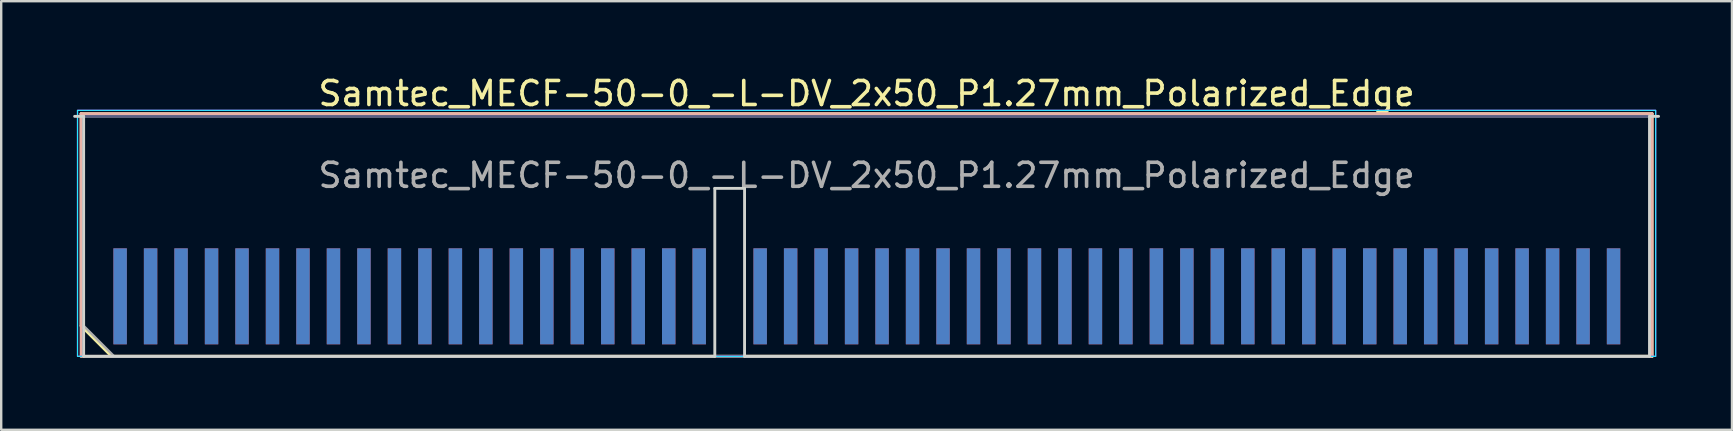
<source format=kicad_pcb>
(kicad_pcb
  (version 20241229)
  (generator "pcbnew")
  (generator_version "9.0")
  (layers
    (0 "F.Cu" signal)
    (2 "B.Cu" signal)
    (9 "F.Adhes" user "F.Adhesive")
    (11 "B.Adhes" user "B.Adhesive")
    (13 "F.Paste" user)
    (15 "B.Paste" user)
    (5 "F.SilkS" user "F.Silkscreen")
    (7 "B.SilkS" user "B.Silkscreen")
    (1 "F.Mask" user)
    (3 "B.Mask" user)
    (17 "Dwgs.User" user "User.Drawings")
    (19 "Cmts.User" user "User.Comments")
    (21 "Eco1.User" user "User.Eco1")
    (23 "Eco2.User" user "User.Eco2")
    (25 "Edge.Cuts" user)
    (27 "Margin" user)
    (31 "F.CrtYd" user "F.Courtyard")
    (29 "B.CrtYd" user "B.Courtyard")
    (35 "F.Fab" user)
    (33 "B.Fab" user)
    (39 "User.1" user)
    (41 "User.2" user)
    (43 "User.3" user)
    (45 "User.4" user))
  (footprint "Samtec_MECF-50-0_-L-DV_2x50_P1.27mm_Polarized_Edge"
    (layer "F.Cu")
    (at 33.06 6.798)
    (property "Reference" "Samtec_MECF-50-0_-L-DV_2x50_P1.27mm_Polarized_Edge" (at 0 -5.95 0) (layer "F.SilkS") (effects (font (size 1 1) (thickness 0.15))))
    (attr exclude_from_pos_files exclude_from_bom)
    (fp_line (start -32.73 -5.11) (end 32.73 -5.11) (stroke (width 0.12) (type solid)) (layer "F.SilkS"))
    (fp_line (start -32.73 3.73) (end -32.73 -5.11) (stroke (width 0.12) (type solid)) (layer "F.SilkS"))
    (fp_line (start -31.46 5) (end -32.73 3.73) (stroke (width 0.12) (type solid)) (layer "F.SilkS"))
    (fp_line (start -31.46 5) (end 32.73 5) (stroke (width 0.12) (type solid)) (layer "F.SilkS"))
    (fp_line (start 32.73 5) (end 32.73 -5.11) (stroke (width 0.12) (type solid)) (layer "F.SilkS"))
    (fp_line (start -32.73 -5.11) (end 32.73 -5.11) (stroke (width 0.12) (type solid)) (layer "B.SilkS"))
    (fp_line (start -32.73 5) (end -32.73 -5.11) (stroke (width 0.12) (type solid)) (layer "B.SilkS"))
    (fp_line (start -32.73 5) (end 32.73 5) (stroke (width 0.12) (type solid)) (layer "B.SilkS"))
    (fp_line (start 32.73 5) (end 32.73 -5.11) (stroke (width 0.12) (type solid)) (layer "B.SilkS"))
    (fp_line (start -33 -5) (end -32.625 -5) (stroke (width 0.12) (type solid)) (layer "Edge.Cuts"))
    (fp_line (start -32.625 5) (end -32.625 -5) (stroke (width 0.12) (type solid)) (layer "Edge.Cuts"))
    (fp_line (start -32.625 5) (end -6.325 5) (stroke (width 0.12) (type solid)) (layer "Edge.Cuts"))
    (fp_line (start -6.325 -2) (end -5.085 -2) (stroke (width 0.12) (type solid)) (layer "Edge.Cuts"))
    (fp_line (start -6.325 5) (end -6.325 -2) (stroke (width 0.12) (type solid)) (layer "Edge.Cuts"))
    (fp_line (start -5.085 5) (end -5.085 -2) (stroke (width 0.12) (type solid)) (layer "Edge.Cuts"))
    (fp_line (start -5.085 5) (end 32.625 5) (stroke (width 0.12) (type solid)) (layer "Edge.Cuts"))
    (fp_line (start 32.625 5) (end 32.625 -5) (stroke (width 0.12) (type solid)) (layer "Edge.Cuts"))
    (fp_line (start 33 -5) (end 32.625 -5) (stroke (width 0.12) (type solid)) (layer "Edge.Cuts"))
    (fp_rect (start -32.88 -5.25) (end 32.88 5) (stroke (width 0.05) (type solid)) (fill no) (layer "B.CrtYd"))
    (fp_rect (start -32.88 -5.25) (end 32.88 5) (stroke (width 0.05) (type solid)) (fill no) (layer "F.CrtYd"))
    (fp_line (start -32.625 -5) (end 32.625 -5) (stroke (width 0.1) (type solid)) (layer "B.Fab"))
    (fp_line (start -32.625 5) (end -32.625 -5) (stroke (width 0.1) (type solid)) (layer "B.Fab"))
    (fp_line (start -32.625 5) (end 32.625 5) (stroke (width 0.1) (type solid)) (layer "B.Fab"))
    (fp_line (start 32.625 5) (end 32.625 -5) (stroke (width 0.1) (type solid)) (layer "B.Fab"))
    (fp_line (start -32.625 -5) (end 32.625 -5) (stroke (width 0.1) (type solid)) (layer "F.Fab"))
    (fp_line (start -32.625 3.73) (end -32.625 -5) (stroke (width 0.1) (type solid)) (layer "F.Fab"))
    (fp_line (start -32.625 3.73) (end -31.355 5) (stroke (width 0.1) (type solid)) (layer "F.Fab"))
    (fp_line (start -31.355 5) (end 32.625 5) (stroke (width 0.1) (type solid)) (layer "F.Fab"))
    (fp_line (start 32.625 5) (end 32.625 -5) (stroke (width 0.1) (type solid)) (layer "F.Fab"))
    (fp_text user "${REFERENCE}" (at 0 -2.54 0) (layer "F.Fab") (effects (font (size 1 1) (thickness 0.15))))
    (pad "1" connect rect (at -31.105 2.5) (size 0.56 4) (layers "F.Cu" "F.Mask"))
    (pad "2" connect rect (at -31.105 2.5) (size 0.56 4) (layers "B.Cu" "B.Mask"))
    (pad "3" connect rect (at -29.835 2.5) (size 0.56 4) (layers "F.Cu" "F.Mask"))
    (pad "4" connect rect (at -29.835 2.5) (size 0.56 4) (layers "B.Cu" "B.Mask"))
    (pad "5" connect rect (at -28.565 2.5) (size 0.56 4) (layers "F.Cu" "F.Mask"))
    (pad "6" connect rect (at -28.565 2.5) (size 0.56 4) (layers "B.Cu" "B.Mask"))
    (pad "7" connect rect (at -27.295 2.5) (size 0.56 4) (layers "F.Cu" "F.Mask"))
    (pad "8" connect rect (at -27.295 2.5) (size 0.56 4) (layers "B.Cu" "B.Mask"))
    (pad "9" connect rect (at -26.025 2.5) (size 0.56 4) (layers "F.Cu" "F.Mask"))
    (pad "10" connect rect (at -26.025 2.5) (size 0.56 4) (layers "B.Cu" "B.Mask"))
    (pad "11" connect rect (at -24.755 2.5) (size 0.56 4) (layers "F.Cu" "F.Mask"))
    (pad "12" connect rect (at -24.755 2.5) (size 0.56 4) (layers "B.Cu" "B.Mask"))
    (pad "13" connect rect (at -23.485 2.5) (size 0.56 4) (layers "F.Cu" "F.Mask"))
    (pad "14" connect rect (at -23.485 2.5) (size 0.56 4) (layers "B.Cu" "B.Mask"))
    (pad "15" connect rect (at -22.215 2.5) (size 0.56 4) (layers "F.Cu" "F.Mask"))
    (pad "16" connect rect (at -22.215 2.5) (size 0.56 4) (layers "B.Cu" "B.Mask"))
    (pad "17" connect rect (at -20.945 2.5) (size 0.56 4) (layers "F.Cu" "F.Mask"))
    (pad "18" connect rect (at -20.945 2.5) (size 0.56 4) (layers "B.Cu" "B.Mask"))
    (pad "19" connect rect (at -19.675 2.5) (size 0.56 4) (layers "F.Cu" "F.Mask"))
    (pad "20" connect rect (at -19.675 2.5) (size 0.56 4) (layers "B.Cu" "B.Mask"))
    (pad "21" connect rect (at -18.405 2.5) (size 0.56 4) (layers "F.Cu" "F.Mask"))
    (pad "22" connect rect (at -18.405 2.5) (size 0.56 4) (layers "B.Cu" "B.Mask"))
    (pad "23" connect rect (at -17.135 2.5) (size 0.56 4) (layers "F.Cu" "F.Mask"))
    (pad "24" connect rect (at -17.135 2.5) (size 0.56 4) (layers "B.Cu" "B.Mask"))
    (pad "25" connect rect (at -15.865 2.5) (size 0.56 4) (layers "F.Cu" "F.Mask"))
    (pad "26" connect rect (at -15.865 2.5) (size 0.56 4) (layers "B.Cu" "B.Mask"))
    (pad "27" connect rect (at -14.595 2.5) (size 0.56 4) (layers "F.Cu" "F.Mask"))
    (pad "28" connect rect (at -14.595 2.5) (size 0.56 4) (layers "B.Cu" "B.Mask"))
    (pad "29" connect rect (at -13.325 2.5) (size 0.56 4) (layers "F.Cu" "F.Mask"))
    (pad "30" connect rect (at -13.325 2.5) (size 0.56 4) (layers "B.Cu" "B.Mask"))
    (pad "31" connect rect (at -12.055 2.5) (size 0.56 4) (layers "F.Cu" "F.Mask"))
    (pad "32" connect rect (at -12.055 2.5) (size 0.56 4) (layers "B.Cu" "B.Mask"))
    (pad "33" connect rect (at -10.785 2.5) (size 0.56 4) (layers "F.Cu" "F.Mask"))
    (pad "34" connect rect (at -10.785 2.5) (size 0.56 4) (layers "B.Cu" "B.Mask"))
    (pad "35" connect rect (at -9.515 2.5) (size 0.56 4) (layers "F.Cu" "F.Mask"))
    (pad "36" connect rect (at -9.515 2.5) (size 0.56 4) (layers "B.Cu" "B.Mask"))
    (pad "37" connect rect (at -8.245 2.5) (size 0.56 4) (layers "F.Cu" "F.Mask"))
    (pad "38" connect rect (at -8.245 2.5) (size 0.56 4) (layers "B.Cu" "B.Mask"))
    (pad "39" connect rect (at -6.975 2.5) (size 0.56 4) (layers "F.Cu" "F.Mask"))
    (pad "40" connect rect (at -6.975 2.5) (size 0.56 4) (layers "B.Cu" "B.Mask"))
    (pad "43" connect rect (at -4.435 2.5) (size 0.56 4) (layers "F.Cu" "F.Mask"))
    (pad "44" connect rect (at -4.435 2.5) (size 0.56 4) (layers "B.Cu" "B.Mask"))
    (pad "45" connect rect (at -3.165 2.5) (size 0.56 4) (layers "F.Cu" "F.Mask"))
    (pad "46" connect rect (at -3.165 2.5) (size 0.56 4) (layers "B.Cu" "B.Mask"))
    (pad "47" connect rect (at -1.895 2.5) (size 0.56 4) (layers "F.Cu" "F.Mask"))
    (pad "48" connect rect (at -1.895 2.5) (size 0.56 4) (layers "B.Cu" "B.Mask"))
    (pad "49" connect rect (at -0.625 2.5) (size 0.56 4) (layers "F.Cu" "F.Mask"))
    (pad "50" connect rect (at -0.625 2.5) (size 0.56 4) (layers "B.Cu" "B.Mask"))
    (pad "51" connect rect (at 0.645 2.5) (size 0.56 4) (layers "F.Cu" "F.Mask"))
    (pad "52" connect rect (at 0.645 2.5) (size 0.56 4) (layers "B.Cu" "B.Mask"))
    (pad "53" connect rect (at 1.915 2.5) (size 0.56 4) (layers "F.Cu" "F.Mask"))
    (pad "54" connect rect (at 1.915 2.5) (size 0.56 4) (layers "B.Cu" "B.Mask"))
    (pad "55" connect rect (at 3.185 2.5) (size 0.56 4) (layers "F.Cu" "F.Mask"))
    (pad "56" connect rect (at 3.185 2.5) (size 0.56 4) (layers "B.Cu" "B.Mask"))
    (pad "57" connect rect (at 4.455 2.5) (size 0.56 4) (layers "F.Cu" "F.Mask"))
    (pad "58" connect rect (at 4.455 2.5) (size 0.56 4) (layers "B.Cu" "B.Mask"))
    (pad "59" connect rect (at 5.725 2.5) (size 0.56 4) (layers "F.Cu" "F.Mask"))
    (pad "60" connect rect (at 5.725 2.5) (size 0.56 4) (layers "B.Cu" "B.Mask"))
    (pad "61" connect rect (at 6.995 2.5) (size 0.56 4) (layers "F.Cu" "F.Mask"))
    (pad "62" connect rect (at 6.995 2.5) (size 0.56 4) (layers "B.Cu" "B.Mask"))
    (pad "63" connect rect (at 8.265 2.5) (size 0.56 4) (layers "F.Cu" "F.Mask"))
    (pad "64" connect rect (at 8.265 2.5) (size 0.56 4) (layers "B.Cu" "B.Mask"))
    (pad "65" connect rect (at 9.535 2.5) (size 0.56 4) (layers "F.Cu" "F.Mask"))
    (pad "66" connect rect (at 9.535 2.5) (size 0.56 4) (layers "B.Cu" "B.Mask"))
    (pad "67" connect rect (at 10.805 2.5) (size 0.56 4) (layers "F.Cu" "F.Mask"))
    (pad "68" connect rect (at 10.805 2.5) (size 0.56 4) (layers "B.Cu" "B.Mask"))
    (pad "69" connect rect (at 12.075 2.5) (size 0.56 4) (layers "F.Cu" "F.Mask"))
    (pad "70" connect rect (at 12.075 2.5) (size 0.56 4) (layers "B.Cu" "B.Mask"))
    (pad "71" connect rect (at 13.345 2.5) (size 0.56 4) (layers "F.Cu" "F.Mask"))
    (pad "72" connect rect (at 13.345 2.5) (size 0.56 4) (layers "B.Cu" "B.Mask"))
    (pad "73" connect rect (at 14.615 2.5) (size 0.56 4) (layers "F.Cu" "F.Mask"))
    (pad "74" connect rect (at 14.615 2.5) (size 0.56 4) (layers "B.Cu" "B.Mask"))
    (pad "75" connect rect (at 15.885 2.5) (size 0.56 4) (layers "F.Cu" "F.Mask"))
    (pad "76" connect rect (at 15.885 2.5) (size 0.56 4) (layers "B.Cu" "B.Mask"))
    (pad "77" connect rect (at 17.155 2.5) (size 0.56 4) (layers "F.Cu" "F.Mask"))
    (pad "78" connect rect (at 17.155 2.5) (size 0.56 4) (layers "B.Cu" "B.Mask"))
    (pad "79" connect rect (at 18.425 2.5) (size 0.56 4) (layers "F.Cu" "F.Mask"))
    (pad "80" connect rect (at 18.425 2.5) (size 0.56 4) (layers "B.Cu" "B.Mask"))
    (pad "81" connect rect (at 19.695 2.5) (size 0.56 4) (layers "F.Cu" "F.Mask"))
    (pad "82" connect rect (at 19.695 2.5) (size 0.56 4) (layers "B.Cu" "B.Mask"))
    (pad "83" connect rect (at 20.965 2.5) (size 0.56 4) (layers "F.Cu" "F.Mask"))
    (pad "84" connect rect (at 20.965 2.5) (size 0.56 4) (layers "B.Cu" "B.Mask"))
    (pad "85" connect rect (at 22.235 2.5) (size 0.56 4) (layers "F.Cu" "F.Mask"))
    (pad "86" connect rect (at 22.235 2.5) (size 0.56 4) (layers "B.Cu" "B.Mask"))
    (pad "87" connect rect (at 23.505 2.5) (size 0.56 4) (layers "F.Cu" "F.Mask"))
    (pad "88" connect rect (at 23.505 2.5) (size 0.56 4) (layers "B.Cu" "B.Mask"))
    (pad "89" connect rect (at 24.775 2.5) (size 0.56 4) (layers "F.Cu" "F.Mask"))
    (pad "90" connect rect (at 24.775 2.5) (size 0.56 4) (layers "B.Cu" "B.Mask"))
    (pad "91" connect rect (at 26.045 2.5) (size 0.56 4) (layers "F.Cu" "F.Mask"))
    (pad "92" connect rect (at 26.045 2.5) (size 0.56 4) (layers "B.Cu" "B.Mask"))
    (pad "93" connect rect (at 27.315 2.5) (size 0.56 4) (layers "F.Cu" "F.Mask"))
    (pad "94" connect rect (at 27.315 2.5) (size 0.56 4) (layers "B.Cu" "B.Mask"))
    (pad "95" connect rect (at 28.585 2.5) (size 0.56 4) (layers "F.Cu" "F.Mask"))
    (pad "96" connect rect (at 28.585 2.5) (size 0.56 4) (layers "B.Cu" "B.Mask"))
    (pad "97" connect rect (at 29.855 2.5) (size 0.56 4) (layers "F.Cu" "F.Mask"))
    (pad "98" connect rect (at 29.855 2.5) (size 0.56 4) (layers "B.Cu" "B.Mask"))
    (pad "99" connect rect (at 31.125 2.5) (size 0.56 4) (layers "F.Cu" "F.Mask"))
    (pad "100" connect rect (at 31.125 2.5) (size 0.56 4) (layers "B.Cu" "B.Mask")))
  (gr_rect
    (start -3 -3)
    (end 69.12 14.858)
    (stroke (width 0.1) (type default))
    (fill no)
    (layer "Edge.Cuts")))
</source>
